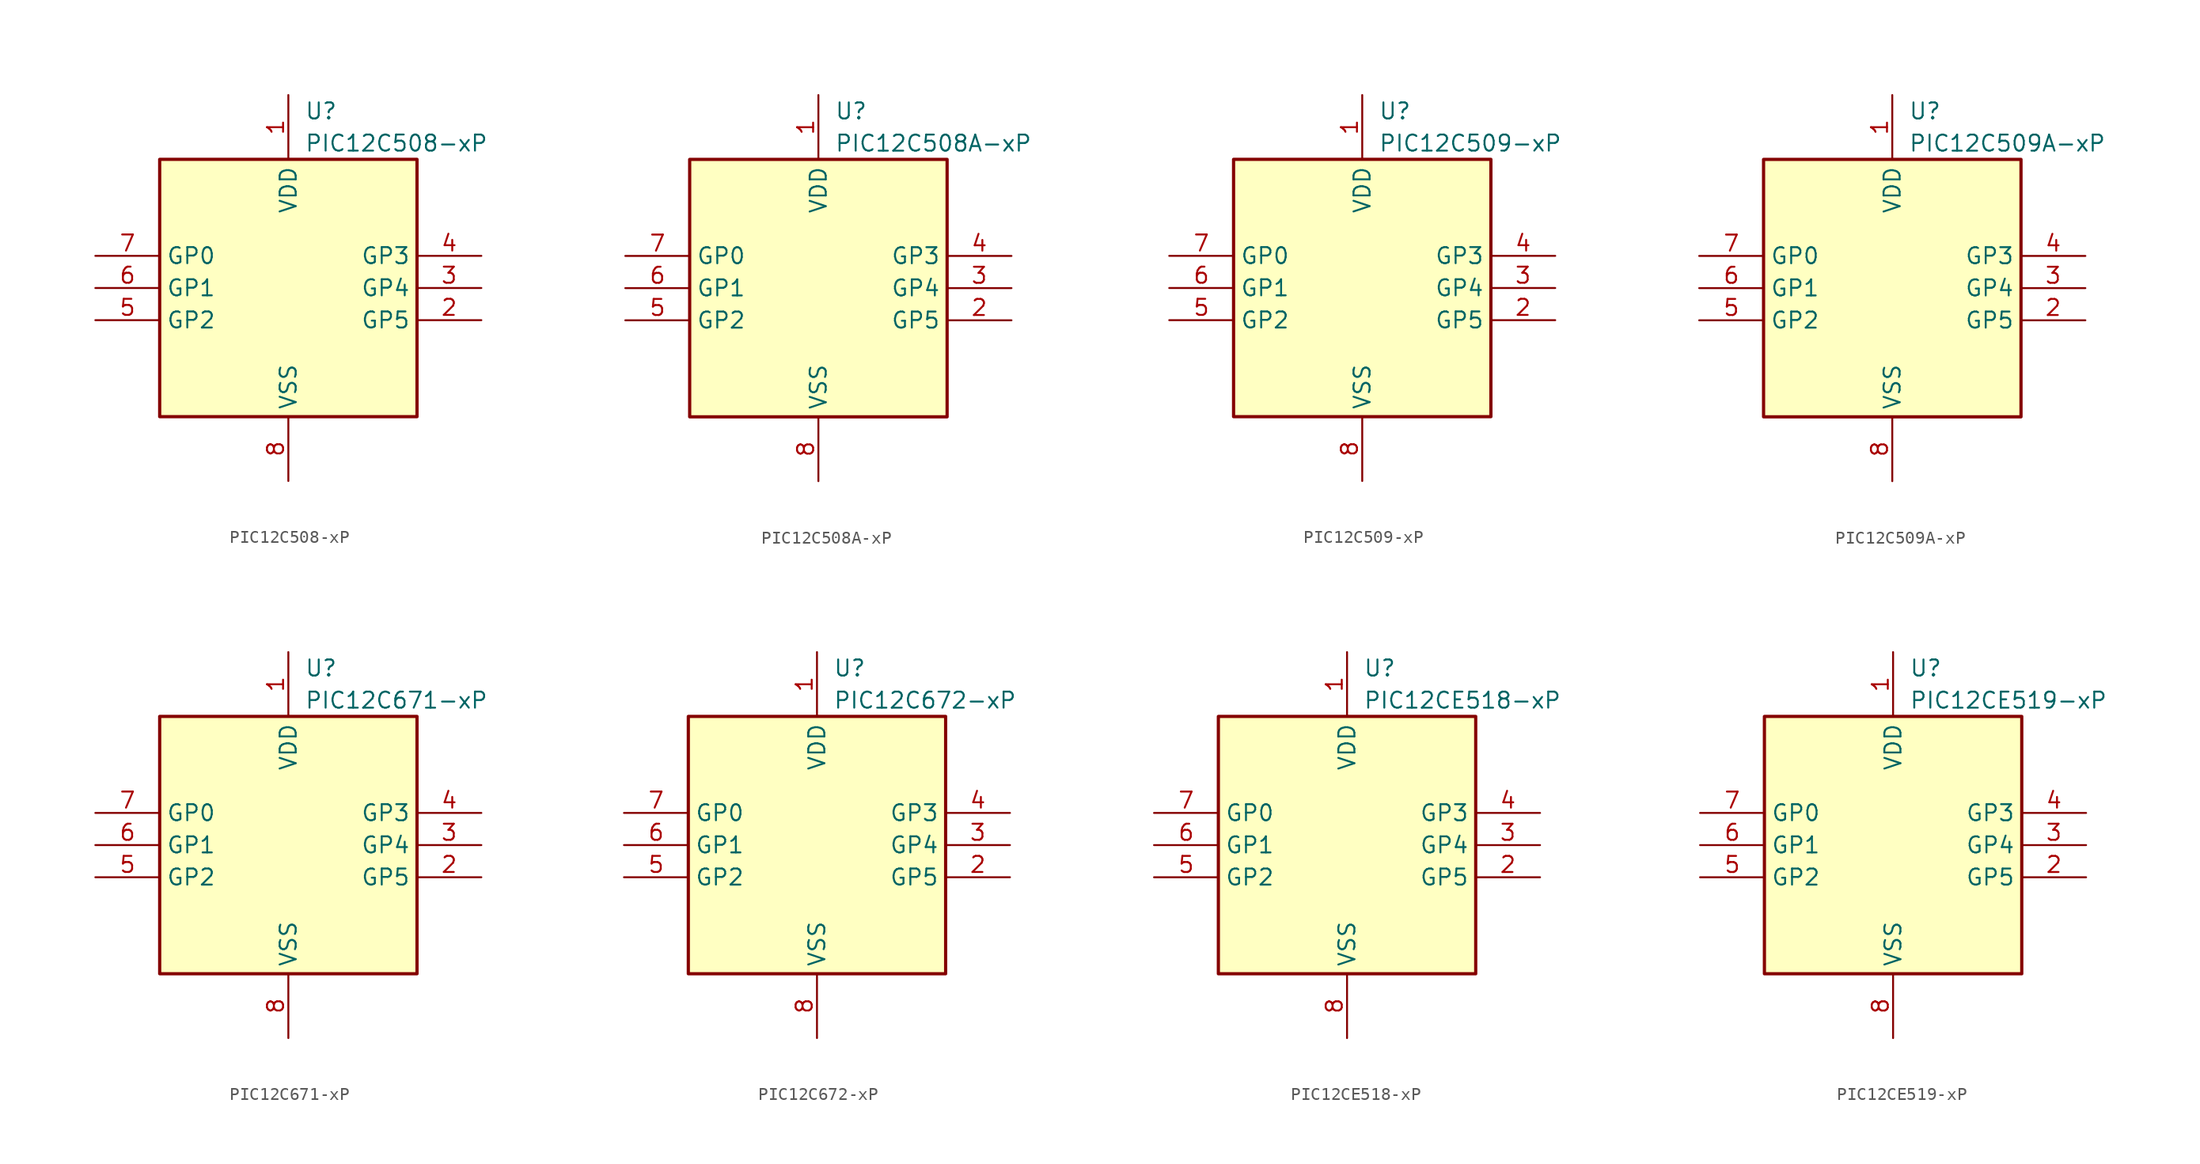
<source format=kicad_sym>
(kicad_symbol_lib
  (version 20241209)
  (generator "kicad_symbol_editor")
  (generator_version "9.0")
  (symbol "PIC12C508-xP"
    (property "Reference" "U"
      (at 1.27 13.97 0)
      (effects (font (size 1.27 1.27)) (justify left)))
    (property "Value" "PIC12C508-xP"
      (at 1.27 11.43 0)
      (effects (font (size 1.27 1.27)) (justify left)))
    (symbol "PIC12C508-xP_0_1"
      (rectangle (start 10.16 -10.16) (end -10.16 10.16) (stroke (width 0.254) (type default)) (fill (type background))))
    (symbol "PIC12C508-xP_1_1"
      (pin bidirectional line (at -15.24 2.54 0) (length 5.08) (name "GP0" (effects (font (size 1.27 1.27)))) (number "7" (effects (font (size 1.27 1.27)))))
      (pin bidirectional line (at -15.24 0 0) (length 5.08) (name "GP1" (effects (font (size 1.27 1.27)))) (number "6" (effects (font (size 1.27 1.27)))))
      (pin bidirectional line (at -15.24 -2.54 0) (length 5.08) (name "GP2" (effects (font (size 1.27 1.27)))) (number "5" (effects (font (size 1.27 1.27)))))
      (pin power_in line (at 0 15.24 270) (length 5.08) (name "VDD" (effects (font (size 1.27 1.27)))) (number "1" (effects (font (size 1.27 1.27)))))
      (pin power_in line (at 0 -15.24 90) (length 5.08) (name "VSS" (effects (font (size 1.27 1.27)))) (number "8" (effects (font (size 1.27 1.27)))))
      (pin input line (at 15.24 2.54 180) (length 5.08) (name "GP3" (effects (font (size 1.27 1.27)))) (number "4" (effects (font (size 1.27 1.27)))))
      (pin bidirectional line (at 15.24 0 180) (length 5.08) (name "GP4" (effects (font (size 1.27 1.27)))) (number "3" (effects (font (size 1.27 1.27)))))
      (pin bidirectional line (at 15.24 -2.54 180) (length 5.08) (name "GP5" (effects (font (size 1.27 1.27)))) (number "2" (effects (font (size 1.27 1.27)))))))
  (symbol "PIC12C508A-xP"
    (property "Reference" "U"
      (at 1.27 13.97 0)
      (effects (font (size 1.27 1.27)) (justify left)))
    (property "Value" "PIC12C508A-xP"
      (at 1.27 11.43 0)
      (effects (font (size 1.27 1.27)) (justify left)))
    (symbol "PIC12C508A-xP_0_1"
      (rectangle (start 10.16 -10.16) (end -10.16 10.16) (stroke (width 0.254) (type default)) (fill (type background))))
    (symbol "PIC12C508A-xP_1_1"
      (pin bidirectional line (at -15.24 2.54 0) (length 5.08) (name "GP0" (effects (font (size 1.27 1.27)))) (number "7" (effects (font (size 1.27 1.27)))))
      (pin bidirectional line (at -15.24 0 0) (length 5.08) (name "GP1" (effects (font (size 1.27 1.27)))) (number "6" (effects (font (size 1.27 1.27)))))
      (pin bidirectional line (at -15.24 -2.54 0) (length 5.08) (name "GP2" (effects (font (size 1.27 1.27)))) (number "5" (effects (font (size 1.27 1.27)))))
      (pin power_in line (at 0 15.24 270) (length 5.08) (name "VDD" (effects (font (size 1.27 1.27)))) (number "1" (effects (font (size 1.27 1.27)))))
      (pin power_in line (at 0 -15.24 90) (length 5.08) (name "VSS" (effects (font (size 1.27 1.27)))) (number "8" (effects (font (size 1.27 1.27)))))
      (pin input line (at 15.24 2.54 180) (length 5.08) (name "GP3" (effects (font (size 1.27 1.27)))) (number "4" (effects (font (size 1.27 1.27)))))
      (pin bidirectional line (at 15.24 0 180) (length 5.08) (name "GP4" (effects (font (size 1.27 1.27)))) (number "3" (effects (font (size 1.27 1.27)))))
      (pin bidirectional line (at 15.24 -2.54 180) (length 5.08) (name "GP5" (effects (font (size 1.27 1.27)))) (number "2" (effects (font (size 1.27 1.27)))))))
  (symbol "PIC12C509-xP"
    (property "Reference" "U"
      (at 1.27 13.97 0)
      (effects (font (size 1.27 1.27)) (justify left)))
    (property "Value" "PIC12C509-xP"
      (at 1.27 11.43 0)
      (effects (font (size 1.27 1.27)) (justify left)))
    (symbol "PIC12C509-xP_0_1"
      (rectangle (start 10.16 -10.16) (end -10.16 10.16) (stroke (width 0.254) (type default)) (fill (type background))))
    (symbol "PIC12C509-xP_1_1"
      (pin bidirectional line (at -15.24 2.54 0) (length 5.08) (name "GP0" (effects (font (size 1.27 1.27)))) (number "7" (effects (font (size 1.27 1.27)))))
      (pin bidirectional line (at -15.24 0 0) (length 5.08) (name "GP1" (effects (font (size 1.27 1.27)))) (number "6" (effects (font (size 1.27 1.27)))))
      (pin bidirectional line (at -15.24 -2.54 0) (length 5.08) (name "GP2" (effects (font (size 1.27 1.27)))) (number "5" (effects (font (size 1.27 1.27)))))
      (pin power_in line (at 0 15.24 270) (length 5.08) (name "VDD" (effects (font (size 1.27 1.27)))) (number "1" (effects (font (size 1.27 1.27)))))
      (pin power_in line (at 0 -15.24 90) (length 5.08) (name "VSS" (effects (font (size 1.27 1.27)))) (number "8" (effects (font (size 1.27 1.27)))))
      (pin input line (at 15.24 2.54 180) (length 5.08) (name "GP3" (effects (font (size 1.27 1.27)))) (number "4" (effects (font (size 1.27 1.27)))))
      (pin bidirectional line (at 15.24 0 180) (length 5.08) (name "GP4" (effects (font (size 1.27 1.27)))) (number "3" (effects (font (size 1.27 1.27)))))
      (pin bidirectional line (at 15.24 -2.54 180) (length 5.08) (name "GP5" (effects (font (size 1.27 1.27)))) (number "2" (effects (font (size 1.27 1.27)))))))
  (symbol "PIC12C509A-xP"
    (property "Reference" "U"
      (at 1.27 13.97 0)
      (effects (font (size 1.27 1.27)) (justify left)))
    (property "Value" "PIC12C509A-xP"
      (at 1.27 11.43 0)
      (effects (font (size 1.27 1.27)) (justify left)))
    (symbol "PIC12C509A-xP_0_1"
      (rectangle (start 10.16 -10.16) (end -10.16 10.16) (stroke (width 0.254) (type default)) (fill (type background))))
    (symbol "PIC12C509A-xP_1_1"
      (pin bidirectional line (at -15.24 2.54 0) (length 5.08) (name "GP0" (effects (font (size 1.27 1.27)))) (number "7" (effects (font (size 1.27 1.27)))))
      (pin bidirectional line (at -15.24 0 0) (length 5.08) (name "GP1" (effects (font (size 1.27 1.27)))) (number "6" (effects (font (size 1.27 1.27)))))
      (pin bidirectional line (at -15.24 -2.54 0) (length 5.08) (name "GP2" (effects (font (size 1.27 1.27)))) (number "5" (effects (font (size 1.27 1.27)))))
      (pin power_in line (at 0 15.24 270) (length 5.08) (name "VDD" (effects (font (size 1.27 1.27)))) (number "1" (effects (font (size 1.27 1.27)))))
      (pin power_in line (at 0 -15.24 90) (length 5.08) (name "VSS" (effects (font (size 1.27 1.27)))) (number "8" (effects (font (size 1.27 1.27)))))
      (pin input line (at 15.24 2.54 180) (length 5.08) (name "GP3" (effects (font (size 1.27 1.27)))) (number "4" (effects (font (size 1.27 1.27)))))
      (pin bidirectional line (at 15.24 0 180) (length 5.08) (name "GP4" (effects (font (size 1.27 1.27)))) (number "3" (effects (font (size 1.27 1.27)))))
      (pin bidirectional line (at 15.24 -2.54 180) (length 5.08) (name "GP5" (effects (font (size 1.27 1.27)))) (number "2" (effects (font (size 1.27 1.27)))))))
  (symbol "PIC12C671-xP"
    (property "Reference" "U"
      (at 1.27 13.97 0)
      (effects (font (size 1.27 1.27)) (justify left)))
    (property "Value" "PIC12C671-xP"
      (at 1.27 11.43 0)
      (effects (font (size 1.27 1.27)) (justify left)))
    (symbol "PIC12C671-xP_0_1"
      (rectangle (start 10.16 -10.16) (end -10.16 10.16) (stroke (width 0.254) (type default)) (fill (type background))))
    (symbol "PIC12C671-xP_1_1"
      (pin bidirectional line (at -15.24 2.54 0) (length 5.08) (name "GP0" (effects (font (size 1.27 1.27)))) (number "7" (effects (font (size 1.27 1.27)))))
      (pin bidirectional line (at -15.24 0 0) (length 5.08) (name "GP1" (effects (font (size 1.27 1.27)))) (number "6" (effects (font (size 1.27 1.27)))))
      (pin bidirectional line (at -15.24 -2.54 0) (length 5.08) (name "GP2" (effects (font (size 1.27 1.27)))) (number "5" (effects (font (size 1.27 1.27)))))
      (pin power_in line (at 0 15.24 270) (length 5.08) (name "VDD" (effects (font (size 1.27 1.27)))) (number "1" (effects (font (size 1.27 1.27)))))
      (pin power_in line (at 0 -15.24 90) (length 5.08) (name "VSS" (effects (font (size 1.27 1.27)))) (number "8" (effects (font (size 1.27 1.27)))))
      (pin input line (at 15.24 2.54 180) (length 5.08) (name "GP3" (effects (font (size 1.27 1.27)))) (number "4" (effects (font (size 1.27 1.27)))))
      (pin bidirectional line (at 15.24 0 180) (length 5.08) (name "GP4" (effects (font (size 1.27 1.27)))) (number "3" (effects (font (size 1.27 1.27)))))
      (pin bidirectional line (at 15.24 -2.54 180) (length 5.08) (name "GP5" (effects (font (size 1.27 1.27)))) (number "2" (effects (font (size 1.27 1.27)))))))
  (symbol "PIC12C672-xP"
    (property "Reference" "U"
      (at 1.27 13.97 0)
      (effects (font (size 1.27 1.27)) (justify left)))
    (property "Value" "PIC12C672-xP"
      (at 1.27 11.43 0)
      (effects (font (size 1.27 1.27)) (justify left)))
    (symbol "PIC12C672-xP_0_1"
      (rectangle (start 10.16 -10.16) (end -10.16 10.16) (stroke (width 0.254) (type default)) (fill (type background))))
    (symbol "PIC12C672-xP_1_1"
      (pin bidirectional line (at -15.24 2.54 0) (length 5.08) (name "GP0" (effects (font (size 1.27 1.27)))) (number "7" (effects (font (size 1.27 1.27)))))
      (pin bidirectional line (at -15.24 0 0) (length 5.08) (name "GP1" (effects (font (size 1.27 1.27)))) (number "6" (effects (font (size 1.27 1.27)))))
      (pin bidirectional line (at -15.24 -2.54 0) (length 5.08) (name "GP2" (effects (font (size 1.27 1.27)))) (number "5" (effects (font (size 1.27 1.27)))))
      (pin power_in line (at 0 15.24 270) (length 5.08) (name "VDD" (effects (font (size 1.27 1.27)))) (number "1" (effects (font (size 1.27 1.27)))))
      (pin power_in line (at 0 -15.24 90) (length 5.08) (name "VSS" (effects (font (size 1.27 1.27)))) (number "8" (effects (font (size 1.27 1.27)))))
      (pin input line (at 15.24 2.54 180) (length 5.08) (name "GP3" (effects (font (size 1.27 1.27)))) (number "4" (effects (font (size 1.27 1.27)))))
      (pin bidirectional line (at 15.24 0 180) (length 5.08) (name "GP4" (effects (font (size 1.27 1.27)))) (number "3" (effects (font (size 1.27 1.27)))))
      (pin bidirectional line (at 15.24 -2.54 180) (length 5.08) (name "GP5" (effects (font (size 1.27 1.27)))) (number "2" (effects (font (size 1.27 1.27)))))))
  (symbol "PIC12CE518-xP"
    (property "Reference" "U"
      (at 1.27 13.97 0)
      (effects (font (size 1.27 1.27)) (justify left)))
    (property "Value" "PIC12CE518-xP"
      (at 1.27 11.43 0)
      (effects (font (size 1.27 1.27)) (justify left)))
    (symbol "PIC12CE518-xP_0_1"
      (rectangle (start 10.16 -10.16) (end -10.16 10.16) (stroke (width 0.254) (type default)) (fill (type background))))
    (symbol "PIC12CE518-xP_1_1"
      (pin bidirectional line (at -15.24 2.54 0) (length 5.08) (name "GP0" (effects (font (size 1.27 1.27)))) (number "7" (effects (font (size 1.27 1.27)))))
      (pin bidirectional line (at -15.24 0 0) (length 5.08) (name "GP1" (effects (font (size 1.27 1.27)))) (number "6" (effects (font (size 1.27 1.27)))))
      (pin bidirectional line (at -15.24 -2.54 0) (length 5.08) (name "GP2" (effects (font (size 1.27 1.27)))) (number "5" (effects (font (size 1.27 1.27)))))
      (pin power_in line (at 0 15.24 270) (length 5.08) (name "VDD" (effects (font (size 1.27 1.27)))) (number "1" (effects (font (size 1.27 1.27)))))
      (pin power_in line (at 0 -15.24 90) (length 5.08) (name "VSS" (effects (font (size 1.27 1.27)))) (number "8" (effects (font (size 1.27 1.27)))))
      (pin input line (at 15.24 2.54 180) (length 5.08) (name "GP3" (effects (font (size 1.27 1.27)))) (number "4" (effects (font (size 1.27 1.27)))))
      (pin bidirectional line (at 15.24 0 180) (length 5.08) (name "GP4" (effects (font (size 1.27 1.27)))) (number "3" (effects (font (size 1.27 1.27)))))
      (pin bidirectional line (at 15.24 -2.54 180) (length 5.08) (name "GP5" (effects (font (size 1.27 1.27)))) (number "2" (effects (font (size 1.27 1.27)))))))
  (symbol "PIC12CE519-xP"
    (property "Reference" "U"
      (at 1.27 13.97 0)
      (effects (font (size 1.27 1.27)) (justify left)))
    (property "Value" "PIC12CE519-xP"
      (at 1.27 11.43 0)
      (effects (font (size 1.27 1.27)) (justify left)))
    (symbol "PIC12CE519-xP_0_1"
      (rectangle (start 10.16 -10.16) (end -10.16 10.16) (stroke (width 0.254) (type default)) (fill (type background))))
    (symbol "PIC12CE519-xP_1_1"
      (pin bidirectional line (at -15.24 2.54 0) (length 5.08) (name "GP0" (effects (font (size 1.27 1.27)))) (number "7" (effects (font (size 1.27 1.27)))))
      (pin bidirectional line (at -15.24 0 0) (length 5.08) (name "GP1" (effects (font (size 1.27 1.27)))) (number "6" (effects (font (size 1.27 1.27)))))
      (pin bidirectional line (at -15.24 -2.54 0) (length 5.08) (name "GP2" (effects (font (size 1.27 1.27)))) (number "5" (effects (font (size 1.27 1.27)))))
      (pin power_in line (at 0 15.24 270) (length 5.08) (name "VDD" (effects (font (size 1.27 1.27)))) (number "1" (effects (font (size 1.27 1.27)))))
      (pin power_in line (at 0 -15.24 90) (length 5.08) (name "VSS" (effects (font (size 1.27 1.27)))) (number "8" (effects (font (size 1.27 1.27)))))
      (pin input line (at 15.24 2.54 180) (length 5.08) (name "GP3" (effects (font (size 1.27 1.27)))) (number "4" (effects (font (size 1.27 1.27)))))
      (pin bidirectional line (at 15.24 0 180) (length 5.08) (name "GP4" (effects (font (size 1.27 1.27)))) (number "3" (effects (font (size 1.27 1.27)))))
      (pin bidirectional line (at 15.24 -2.54 180) (length 5.08) (name "GP5" (effects (font (size 1.27 1.27)))) (number "2" (effects (font (size 1.27 1.27))))))))
</source>
